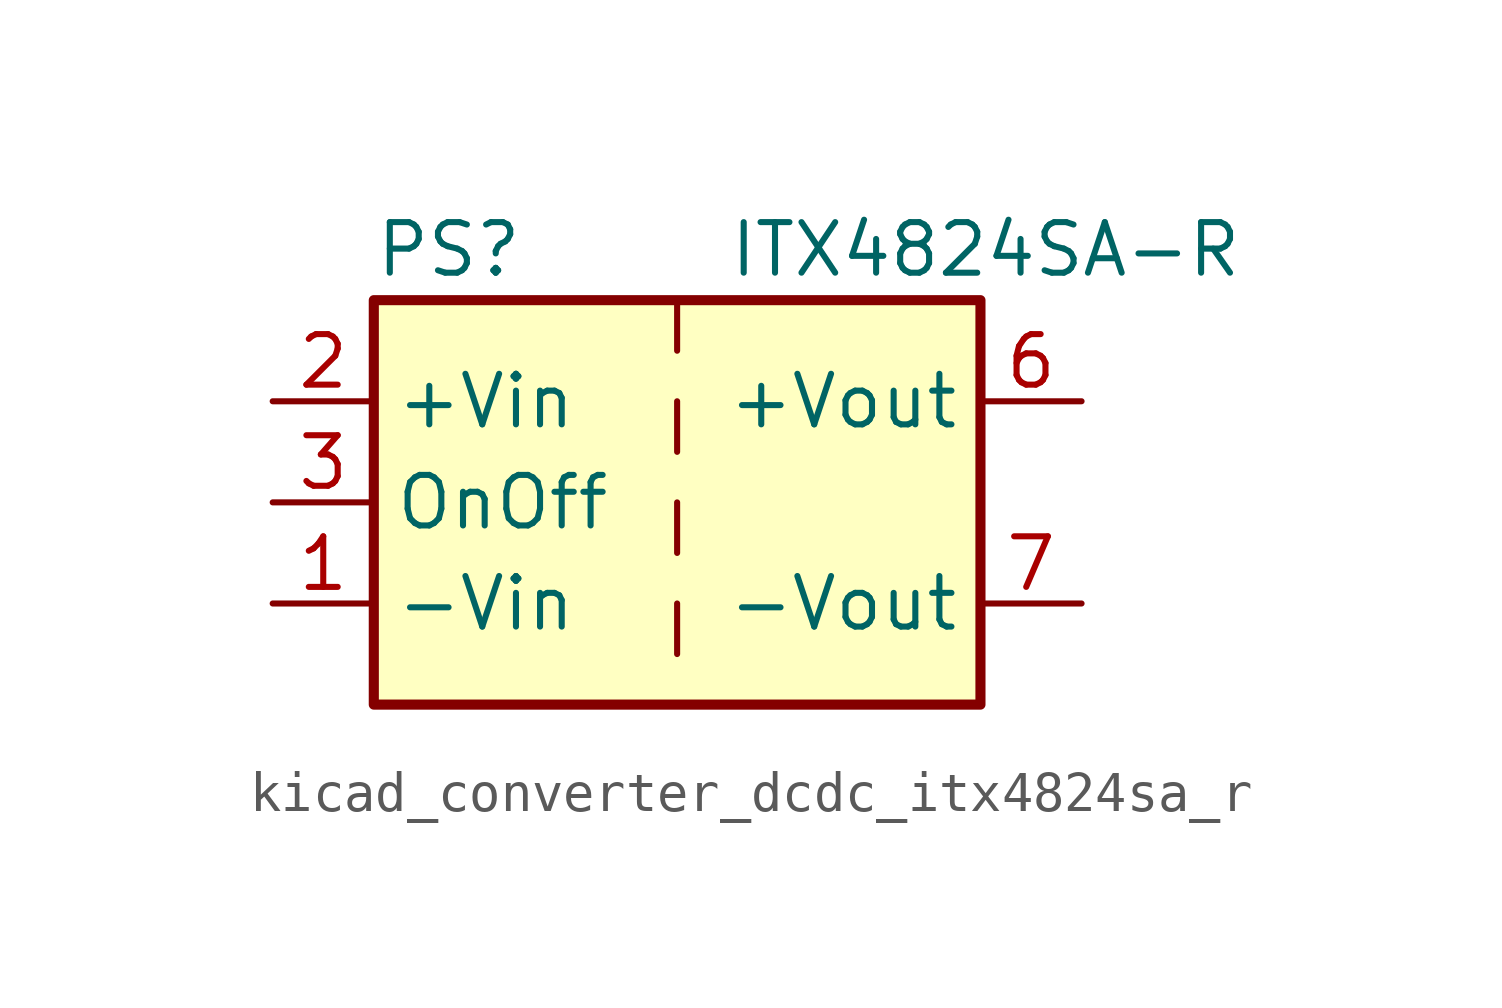
<source format=kicad_sym>
(kicad_symbol_lib
  (version 20220914)
  (generator kicad_symbol_editor)
  (symbol "kicad_converter_dcdc_itx4824sa_r"
    (property "Reference" "PS"
      (at -7.62 6.35 0)
      (effects (font (size 1.27 1.27)) (justify left)))
    (property "Value" "ITX4824SA-R"
      (at 1.27 6.35 0)
      (effects (font (size 1.27 1.27)) (justify left)))
    (symbol "kicad_converter_dcdc_itx4824sa_r_0_0"
      (pin power_in line (at -10.16 -2.54 0) (length 2.54) (name "-Vin" (effects (font (size 1.27 1.27)))) (number "1" (effects (font (size 1.27 1.27)))))
      (pin power_in line (at -10.16 2.54 0) (length 2.54) (name "+Vin" (effects (font (size 1.27 1.27)))) (number "2" (effects (font (size 1.27 1.27)))))
      (pin input line (at -10.16 0 0) (length 2.54) (name "OnOff" (effects (font (size 1.27 1.27)))) (number "3" (effects (font (size 1.27 1.27)))))
      (pin no_connect line (at 0 5.08 270) (length 2.54) hide (name "NC" (effects (font (size 1.27 1.27)))) (number "5" (effects (font (size 1.27 1.27)))))
      (pin power_out line (at 10.16 2.54 180) (length 2.54) (name "+Vout" (effects (font (size 1.27 1.27)))) (number "6" (effects (font (size 1.27 1.27)))))
      (pin power_out line (at 10.16 -2.54 180) (length 2.54) (name "-Vout" (effects (font (size 1.27 1.27)))) (number "7" (effects (font (size 1.27 1.27)))))
      (pin no_connect line (at 7.62 0 180) (length 2.54) hide (name "NC" (effects (font (size 1.27 1.27)))) (number "8" (effects (font (size 1.27 1.27))))))
    (symbol "kicad_converter_dcdc_itx4824sa_r_0_1"
      (rectangle (start -7.62 5.08) (end 7.62 -5.08) (stroke (width 0.254) (type default)) (fill (type background)))
      (polyline (pts (xy 0 -2.54) (xy 0 -3.81)) (stroke (width 0) (type default)) (fill (type none)))
      (polyline (pts (xy 0 0) (xy 0 -1.27)) (stroke (width 0) (type default)) (fill (type none)))
      (polyline (pts (xy 0 2.54) (xy 0 1.27)) (stroke (width 0) (type default)) (fill (type none)))
      (polyline (pts (xy 0 5.08) (xy 0 3.81)) (stroke (width 0) (type default)) (fill (type none))))))
</source>
